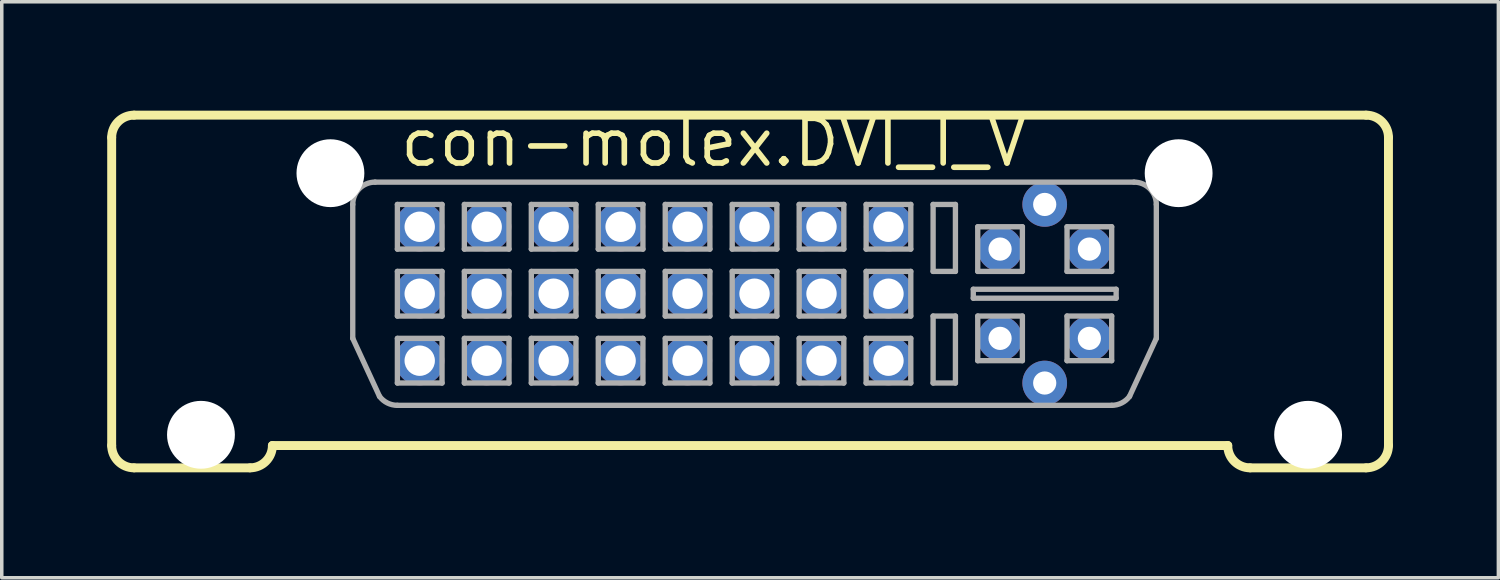
<source format=kicad_pcb>
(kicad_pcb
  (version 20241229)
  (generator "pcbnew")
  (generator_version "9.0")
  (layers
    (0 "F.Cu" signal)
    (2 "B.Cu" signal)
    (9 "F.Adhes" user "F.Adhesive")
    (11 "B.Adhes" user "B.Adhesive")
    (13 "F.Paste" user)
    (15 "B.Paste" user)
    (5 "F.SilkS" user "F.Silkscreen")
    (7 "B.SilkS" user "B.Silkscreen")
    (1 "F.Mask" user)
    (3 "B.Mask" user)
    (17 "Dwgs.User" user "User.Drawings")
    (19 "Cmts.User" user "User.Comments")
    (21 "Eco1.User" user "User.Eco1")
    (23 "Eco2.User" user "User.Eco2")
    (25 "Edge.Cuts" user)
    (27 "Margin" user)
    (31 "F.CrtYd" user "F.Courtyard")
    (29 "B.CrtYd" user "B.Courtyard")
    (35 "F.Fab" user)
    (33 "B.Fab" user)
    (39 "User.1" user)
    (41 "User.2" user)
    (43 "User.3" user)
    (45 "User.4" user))
  (footprint "con-molex.DVI_I_V"
    (layer "F.Cu")
    (at 18.415 4.671)
    (property "Reference" "con-molex.DVI_I_V" (at -10.16 -2.921 0) (layer "F.SilkS") (effects (font (size 1.27 1.27) (thickness 0.16)) (justify left bottom)))
    (attr through_hole)
    (fp_line (start -18.288 4.953) (end -18.288 -3.81) (stroke (width 0.254) (type default)) (layer "F.SilkS"))
    (fp_line (start -17.653 5.588) (end -14.351 5.588) (stroke (width 0.254) (type default)) (layer "F.SilkS"))
    (fp_line (start -13.716 4.953) (end 13.462 4.953) (stroke (width 0.254) (type default)) (layer "F.SilkS"))
    (fp_line (start 14.097 5.588) (end 17.399 5.588) (stroke (width 0.254) (type default)) (layer "F.SilkS"))
    (fp_line (start 17.399 -4.445) (end -17.653 -4.445) (stroke (width 0.254) (type default)) (layer "F.SilkS"))
    (fp_line (start 18.034 4.953) (end 18.034 -3.81) (stroke (width 0.254) (type default)) (layer "F.SilkS"))
    (fp_arc (start -18.288 -3.81) (mid -18.102013 -4.259013) (end -17.653 -4.445) (stroke (width 0.254) (type default)) (layer "F.SilkS"))
    (fp_arc (start -17.653 5.588) (mid -18.102013 5.402013) (end -18.288 4.953) (stroke (width 0.254) (type default)) (layer "F.SilkS"))
    (fp_arc (start -13.716 4.953) (mid -13.901987 5.402013) (end -14.351 5.588) (stroke (width 0.254) (type default)) (layer "F.SilkS"))
    (fp_arc (start 14.097 5.588) (mid 13.647987 5.402013) (end 13.462 4.953) (stroke (width 0.254) (type default)) (layer "F.SilkS"))
    (fp_arc (start 17.399 -4.445) (mid 17.848013 -4.259013) (end 18.034 -3.81) (stroke (width 0.254) (type default)) (layer "F.SilkS"))
    (fp_arc (start 18.034 4.953) (mid 17.848013 5.402013) (end 17.399 5.588) (stroke (width 0.254) (type default)) (layer "F.SilkS"))
    (fp_line (start -11.43 -1.905) (end -11.43 1.905) (stroke (width 0.152) (type default)) (layer "F.Fab"))
    (fp_line (start -11.43 1.905) (end -10.668 3.556) (stroke (width 0.152) (type default)) (layer "F.Fab"))
    (fp_line (start -10.795 -2.54) (end 10.795 -2.54) (stroke (width 0.152) (type default)) (layer "F.Fab"))
    (fp_line (start -10.16 -1.905) (end -10.16 -0.635) (stroke (width 0.152) (type default)) (layer "F.Fab"))
    (fp_line (start -10.16 -0.635) (end -8.89 -0.635) (stroke (width 0.152) (type default)) (layer "F.Fab"))
    (fp_line (start -10.16 0) (end -10.16 1.27) (stroke (width 0.152) (type default)) (layer "F.Fab"))
    (fp_line (start -10.16 1.27) (end -8.89 1.27) (stroke (width 0.152) (type default)) (layer "F.Fab"))
    (fp_line (start -10.16 1.905) (end -10.16 3.175) (stroke (width 0.152) (type default)) (layer "F.Fab"))
    (fp_line (start -10.16 3.175) (end -8.89 3.175) (stroke (width 0.152) (type default)) (layer "F.Fab"))
    (fp_line (start -10.16 3.81) (end 10.16 3.81) (stroke (width 0.152) (type default)) (layer "F.Fab"))
    (fp_line (start -8.89 -1.905) (end -10.16 -1.905) (stroke (width 0.152) (type default)) (layer "F.Fab"))
    (fp_line (start -8.89 -0.635) (end -8.89 -1.905) (stroke (width 0.152) (type default)) (layer "F.Fab"))
    (fp_line (start -8.89 0) (end -10.16 0) (stroke (width 0.152) (type default)) (layer "F.Fab"))
    (fp_line (start -8.89 1.27) (end -8.89 0) (stroke (width 0.152) (type default)) (layer "F.Fab"))
    (fp_line (start -8.89 1.905) (end -10.16 1.905) (stroke (width 0.152) (type default)) (layer "F.Fab"))
    (fp_line (start -8.89 3.175) (end -8.89 1.905) (stroke (width 0.152) (type default)) (layer "F.Fab"))
    (fp_line (start -8.255 -1.905) (end -8.255 -0.635) (stroke (width 0.152) (type default)) (layer "F.Fab"))
    (fp_line (start -8.255 -0.635) (end -6.985 -0.635) (stroke (width 0.152) (type default)) (layer "F.Fab"))
    (fp_line (start -8.255 0) (end -8.255 1.27) (stroke (width 0.152) (type default)) (layer "F.Fab"))
    (fp_line (start -8.255 1.27) (end -6.985 1.27) (stroke (width 0.152) (type default)) (layer "F.Fab"))
    (fp_line (start -8.255 1.905) (end -8.255 3.175) (stroke (width 0.152) (type default)) (layer "F.Fab"))
    (fp_line (start -8.255 3.175) (end -6.985 3.175) (stroke (width 0.152) (type default)) (layer "F.Fab"))
    (fp_line (start -6.985 -1.905) (end -8.255 -1.905) (stroke (width 0.152) (type default)) (layer "F.Fab"))
    (fp_line (start -6.985 -0.635) (end -6.985 -1.905) (stroke (width 0.152) (type default)) (layer "F.Fab"))
    (fp_line (start -6.985 0) (end -8.255 0) (stroke (width 0.152) (type default)) (layer "F.Fab"))
    (fp_line (start -6.985 1.27) (end -6.985 0) (stroke (width 0.152) (type default)) (layer "F.Fab"))
    (fp_line (start -6.985 1.905) (end -8.255 1.905) (stroke (width 0.152) (type default)) (layer "F.Fab"))
    (fp_line (start -6.985 3.175) (end -6.985 1.905) (stroke (width 0.152) (type default)) (layer "F.Fab"))
    (fp_line (start -6.35 -1.905) (end -6.35 -0.635) (stroke (width 0.152) (type default)) (layer "F.Fab"))
    (fp_line (start -6.35 -0.635) (end -5.08 -0.635) (stroke (width 0.152) (type default)) (layer "F.Fab"))
    (fp_line (start -6.35 0) (end -6.35 1.27) (stroke (width 0.152) (type default)) (layer "F.Fab"))
    (fp_line (start -6.35 1.27) (end -5.08 1.27) (stroke (width 0.152) (type default)) (layer "F.Fab"))
    (fp_line (start -6.35 1.905) (end -6.35 3.175) (stroke (width 0.152) (type default)) (layer "F.Fab"))
    (fp_line (start -6.35 3.175) (end -5.08 3.175) (stroke (width 0.152) (type default)) (layer "F.Fab"))
    (fp_line (start -5.08 -1.905) (end -6.35 -1.905) (stroke (width 0.152) (type default)) (layer "F.Fab"))
    (fp_line (start -5.08 -0.635) (end -5.08 -1.905) (stroke (width 0.152) (type default)) (layer "F.Fab"))
    (fp_line (start -5.08 0) (end -6.35 0) (stroke (width 0.152) (type default)) (layer "F.Fab"))
    (fp_line (start -5.08 1.27) (end -5.08 0) (stroke (width 0.152) (type default)) (layer "F.Fab"))
    (fp_line (start -5.08 1.905) (end -6.35 1.905) (stroke (width 0.152) (type default)) (layer "F.Fab"))
    (fp_line (start -5.08 3.175) (end -5.08 1.905) (stroke (width 0.152) (type default)) (layer "F.Fab"))
    (fp_line (start -4.445 -1.905) (end -4.445 -0.635) (stroke (width 0.152) (type default)) (layer "F.Fab"))
    (fp_line (start -4.445 -0.635) (end -3.175 -0.635) (stroke (width 0.152) (type default)) (layer "F.Fab"))
    (fp_line (start -4.445 0) (end -4.445 1.27) (stroke (width 0.152) (type default)) (layer "F.Fab"))
    (fp_line (start -4.445 1.27) (end -3.175 1.27) (stroke (width 0.152) (type default)) (layer "F.Fab"))
    (fp_line (start -4.445 1.905) (end -4.445 3.175) (stroke (width 0.152) (type default)) (layer "F.Fab"))
    (fp_line (start -4.445 3.175) (end -3.175 3.175) (stroke (width 0.152) (type default)) (layer "F.Fab"))
    (fp_line (start -3.175 -1.905) (end -4.445 -1.905) (stroke (width 0.152) (type default)) (layer "F.Fab"))
    (fp_line (start -3.175 -0.635) (end -3.175 -1.905) (stroke (width 0.152) (type default)) (layer "F.Fab"))
    (fp_line (start -3.175 0) (end -4.445 0) (stroke (width 0.152) (type default)) (layer "F.Fab"))
    (fp_line (start -3.175 1.27) (end -3.175 0) (stroke (width 0.152) (type default)) (layer "F.Fab"))
    (fp_line (start -3.175 1.905) (end -4.445 1.905) (stroke (width 0.152) (type default)) (layer "F.Fab"))
    (fp_line (start -3.175 3.175) (end -3.175 1.905) (stroke (width 0.152) (type default)) (layer "F.Fab"))
    (fp_line (start -2.54 -1.905) (end -2.54 -0.635) (stroke (width 0.152) (type default)) (layer "F.Fab"))
    (fp_line (start -2.54 -0.635) (end -1.27 -0.635) (stroke (width 0.152) (type default)) (layer "F.Fab"))
    (fp_line (start -2.54 0) (end -2.54 1.27) (stroke (width 0.152) (type default)) (layer "F.Fab"))
    (fp_line (start -2.54 1.27) (end -1.27 1.27) (stroke (width 0.152) (type default)) (layer "F.Fab"))
    (fp_line (start -2.54 1.905) (end -2.54 3.175) (stroke (width 0.152) (type default)) (layer "F.Fab"))
    (fp_line (start -2.54 3.175) (end -1.27 3.175) (stroke (width 0.152) (type default)) (layer "F.Fab"))
    (fp_line (start -1.27 -1.905) (end -2.54 -1.905) (stroke (width 0.152) (type default)) (layer "F.Fab"))
    (fp_line (start -1.27 -0.635) (end -1.27 -1.905) (stroke (width 0.152) (type default)) (layer "F.Fab"))
    (fp_line (start -1.27 0) (end -2.54 0) (stroke (width 0.152) (type default)) (layer "F.Fab"))
    (fp_line (start -1.27 1.27) (end -1.27 0) (stroke (width 0.152) (type default)) (layer "F.Fab"))
    (fp_line (start -1.27 1.905) (end -2.54 1.905) (stroke (width 0.152) (type default)) (layer "F.Fab"))
    (fp_line (start -1.27 3.175) (end -1.27 1.905) (stroke (width 0.152) (type default)) (layer "F.Fab"))
    (fp_line (start -0.635 -1.905) (end -0.635 -0.635) (stroke (width 0.152) (type default)) (layer "F.Fab"))
    (fp_line (start -0.635 -0.635) (end 0.635 -0.635) (stroke (width 0.152) (type default)) (layer "F.Fab"))
    (fp_line (start -0.635 0) (end -0.635 1.27) (stroke (width 0.152) (type default)) (layer "F.Fab"))
    (fp_line (start -0.635 1.27) (end 0.635 1.27) (stroke (width 0.152) (type default)) (layer "F.Fab"))
    (fp_line (start -0.635 1.905) (end -0.635 3.175) (stroke (width 0.152) (type default)) (layer "F.Fab"))
    (fp_line (start -0.635 3.175) (end 0.635 3.175) (stroke (width 0.152) (type default)) (layer "F.Fab"))
    (fp_line (start 0.635 -1.905) (end -0.635 -1.905) (stroke (width 0.152) (type default)) (layer "F.Fab"))
    (fp_line (start 0.635 -0.635) (end 0.635 -1.905) (stroke (width 0.152) (type default)) (layer "F.Fab"))
    (fp_line (start 0.635 0) (end -0.635 0) (stroke (width 0.152) (type default)) (layer "F.Fab"))
    (fp_line (start 0.635 1.27) (end 0.635 0) (stroke (width 0.152) (type default)) (layer "F.Fab"))
    (fp_line (start 0.635 1.905) (end -0.635 1.905) (stroke (width 0.152) (type default)) (layer "F.Fab"))
    (fp_line (start 0.635 3.175) (end 0.635 1.905) (stroke (width 0.152) (type default)) (layer "F.Fab"))
    (fp_line (start 1.27 -1.905) (end 1.27 -0.635) (stroke (width 0.152) (type default)) (layer "F.Fab"))
    (fp_line (start 1.27 -0.635) (end 2.54 -0.635) (stroke (width 0.152) (type default)) (layer "F.Fab"))
    (fp_line (start 1.27 0) (end 1.27 1.27) (stroke (width 0.152) (type default)) (layer "F.Fab"))
    (fp_line (start 1.27 1.27) (end 2.54 1.27) (stroke (width 0.152) (type default)) (layer "F.Fab"))
    (fp_line (start 1.27 1.905) (end 1.27 3.175) (stroke (width 0.152) (type default)) (layer "F.Fab"))
    (fp_line (start 1.27 3.175) (end 2.54 3.175) (stroke (width 0.152) (type default)) (layer "F.Fab"))
    (fp_line (start 2.54 -1.905) (end 1.27 -1.905) (stroke (width 0.152) (type default)) (layer "F.Fab"))
    (fp_line (start 2.54 -0.635) (end 2.54 -1.905) (stroke (width 0.152) (type default)) (layer "F.Fab"))
    (fp_line (start 2.54 0) (end 1.27 0) (stroke (width 0.152) (type default)) (layer "F.Fab"))
    (fp_line (start 2.54 1.27) (end 2.54 0) (stroke (width 0.152) (type default)) (layer "F.Fab"))
    (fp_line (start 2.54 1.905) (end 1.27 1.905) (stroke (width 0.152) (type default)) (layer "F.Fab"))
    (fp_line (start 2.54 3.175) (end 2.54 1.905) (stroke (width 0.152) (type default)) (layer "F.Fab"))
    (fp_line (start 3.175 -1.905) (end 3.175 -0.635) (stroke (width 0.152) (type default)) (layer "F.Fab"))
    (fp_line (start 3.175 -0.635) (end 4.445 -0.635) (stroke (width 0.152) (type default)) (layer "F.Fab"))
    (fp_line (start 3.175 0) (end 3.175 1.27) (stroke (width 0.152) (type default)) (layer "F.Fab"))
    (fp_line (start 3.175 1.27) (end 4.445 1.27) (stroke (width 0.152) (type default)) (layer "F.Fab"))
    (fp_line (start 3.175 1.905) (end 3.175 3.175) (stroke (width 0.152) (type default)) (layer "F.Fab"))
    (fp_line (start 3.175 3.175) (end 4.445 3.175) (stroke (width 0.152) (type default)) (layer "F.Fab"))
    (fp_line (start 4.445 -1.905) (end 3.175 -1.905) (stroke (width 0.152) (type default)) (layer "F.Fab"))
    (fp_line (start 4.445 -0.635) (end 4.445 -1.905) (stroke (width 0.152) (type default)) (layer "F.Fab"))
    (fp_line (start 4.445 0) (end 3.175 0) (stroke (width 0.152) (type default)) (layer "F.Fab"))
    (fp_line (start 4.445 1.27) (end 4.445 0) (stroke (width 0.152) (type default)) (layer "F.Fab"))
    (fp_line (start 4.445 1.905) (end 3.175 1.905) (stroke (width 0.152) (type default)) (layer "F.Fab"))
    (fp_line (start 4.445 3.175) (end 4.445 1.905) (stroke (width 0.152) (type default)) (layer "F.Fab"))
    (fp_line (start 5.08 -1.905) (end 5.715 -1.905) (stroke (width 0.152) (type default)) (layer "F.Fab"))
    (fp_line (start 5.08 0) (end 5.08 -1.905) (stroke (width 0.152) (type default)) (layer "F.Fab"))
    (fp_line (start 5.08 1.27) (end 5.715 1.27) (stroke (width 0.152) (type default)) (layer "F.Fab"))
    (fp_line (start 5.08 3.175) (end 5.08 1.27) (stroke (width 0.152) (type default)) (layer "F.Fab"))
    (fp_line (start 5.715 -1.905) (end 5.715 0) (stroke (width 0.152) (type default)) (layer "F.Fab"))
    (fp_line (start 5.715 0) (end 5.08 0) (stroke (width 0.152) (type default)) (layer "F.Fab"))
    (fp_line (start 5.715 1.27) (end 5.715 3.175) (stroke (width 0.152) (type default)) (layer "F.Fab"))
    (fp_line (start 5.715 3.175) (end 5.08 3.175) (stroke (width 0.152) (type default)) (layer "F.Fab"))
    (fp_line (start 6.223 0.508) (end 10.287 0.508) (stroke (width 0.152) (type default)) (layer "F.Fab"))
    (fp_line (start 6.223 0.762) (end 6.223 0.508) (stroke (width 0.152) (type default)) (layer "F.Fab"))
    (fp_line (start 6.35 -1.27) (end 6.35 0) (stroke (width 0.152) (type default)) (layer "F.Fab"))
    (fp_line (start 6.35 0) (end 7.62 0) (stroke (width 0.152) (type default)) (layer "F.Fab"))
    (fp_line (start 6.35 1.27) (end 6.35 2.54) (stroke (width 0.152) (type default)) (layer "F.Fab"))
    (fp_line (start 6.35 2.54) (end 7.62 2.54) (stroke (width 0.152) (type default)) (layer "F.Fab"))
    (fp_line (start 7.62 -1.27) (end 6.35 -1.27) (stroke (width 0.152) (type default)) (layer "F.Fab"))
    (fp_line (start 7.62 0) (end 7.62 -1.27) (stroke (width 0.152) (type default)) (layer "F.Fab"))
    (fp_line (start 7.62 1.27) (end 6.35 1.27) (stroke (width 0.152) (type default)) (layer "F.Fab"))
    (fp_line (start 7.62 2.54) (end 7.62 1.27) (stroke (width 0.152) (type default)) (layer "F.Fab"))
    (fp_line (start 8.89 -1.27) (end 8.89 0) (stroke (width 0.152) (type default)) (layer "F.Fab"))
    (fp_line (start 8.89 0) (end 10.16 0) (stroke (width 0.152) (type default)) (layer "F.Fab"))
    (fp_line (start 8.89 1.27) (end 8.89 2.54) (stroke (width 0.152) (type default)) (layer "F.Fab"))
    (fp_line (start 8.89 2.54) (end 10.16 2.54) (stroke (width 0.152) (type default)) (layer "F.Fab"))
    (fp_line (start 10.16 -1.27) (end 8.89 -1.27) (stroke (width 0.152) (type default)) (layer "F.Fab"))
    (fp_line (start 10.16 0) (end 10.16 -1.27) (stroke (width 0.152) (type default)) (layer "F.Fab"))
    (fp_line (start 10.16 1.27) (end 8.89 1.27) (stroke (width 0.152) (type default)) (layer "F.Fab"))
    (fp_line (start 10.16 2.54) (end 10.16 1.27) (stroke (width 0.152) (type default)) (layer "F.Fab"))
    (fp_line (start 10.287 0.508) (end 10.287 0.762) (stroke (width 0.152) (type default)) (layer "F.Fab"))
    (fp_line (start 10.287 0.762) (end 6.223 0.762) (stroke (width 0.152) (type default)) (layer "F.Fab"))
    (fp_line (start 11.43 -1.905) (end 11.43 1.905) (stroke (width 0.152) (type default)) (layer "F.Fab"))
    (fp_line (start 11.43 1.905) (end 10.668 3.556) (stroke (width 0.152) (type default)) (layer "F.Fab"))
    (fp_arc (start -11.43 -1.905) (mid -11.244013 -2.354013) (end -10.795 -2.54) (stroke (width 0.1524) (type default)) (layer "F.Fab"))
    (fp_arc (start -10.16 3.81) (mid -10.443981 3.742961) (end -10.668 3.556) (stroke (width 0.1524) (type default)) (layer "F.Fab"))
    (fp_arc (start 10.668 3.556) (mid 10.443981 3.742961) (end 10.16 3.81) (stroke (width 0.1524) (type default)) (layer "F.Fab"))
    (fp_arc (start 10.795 -2.54) (mid 11.244013 -2.354013) (end 11.43 -1.905) (stroke (width 0.1524) (type default)) (layer "F.Fab"))
    (pad "" np_thru_hole circle (at -15.748 4.648) (size 1.93 1.93) (drill 1.93) (layers "*.Cu" "*.Mask"))
    (pad "" np_thru_hole circle (at -12.065 -2.794) (size 1.93 1.93) (drill 1.93) (layers "*.Cu" "*.Mask"))
    (pad "" np_thru_hole circle (at 12.065 -2.794) (size 1.93 1.93) (drill 1.93) (layers "*.Cu" "*.Mask"))
    (pad "" np_thru_hole circle (at 15.748 4.648) (size 1.93 1.93) (drill 1.93) (layers "*.Cu" "*.Mask"))
    (pad "1" thru_hole circle (at -9.525 -1.27) (size 1.397 1.397) (drill 0.864) (layers "*.Cu" "*.Mask"))
    (pad "2" thru_hole circle (at -7.62 -1.27) (size 1.397 1.397) (drill 0.864) (layers "*.Cu" "*.Mask"))
    (pad "3" thru_hole circle (at -5.715 -1.27) (size 1.397 1.397) (drill 0.864) (layers "*.Cu" "*.Mask"))
    (pad "4" thru_hole circle (at -3.81 -1.27) (size 1.397 1.397) (drill 0.864) (layers "*.Cu" "*.Mask"))
    (pad "5" thru_hole circle (at -1.905 -1.27) (size 1.397 1.397) (drill 0.864) (layers "*.Cu" "*.Mask"))
    (pad "6" thru_hole circle (at 0 -1.27) (size 1.397 1.397) (drill 0.864) (layers "*.Cu" "*.Mask"))
    (pad "7" thru_hole circle (at 1.905 -1.27) (size 1.397 1.397) (drill 0.864) (layers "*.Cu" "*.Mask"))
    (pad "8" thru_hole circle (at 3.81 -1.27) (size 1.397 1.397) (drill 0.864) (layers "*.Cu" "*.Mask"))
    (pad "9" thru_hole circle (at -9.525 0.635) (size 1.397 1.397) (drill 0.864) (layers "*.Cu" "*.Mask"))
    (pad "10" thru_hole circle (at -7.62 0.635) (size 1.397 1.397) (drill 0.864) (layers "*.Cu" "*.Mask"))
    (pad "11" thru_hole circle (at -5.715 0.635) (size 1.397 1.397) (drill 0.864) (layers "*.Cu" "*.Mask"))
    (pad "12" thru_hole circle (at -3.81 0.635) (size 1.397 1.397) (drill 0.864) (layers "*.Cu" "*.Mask"))
    (pad "13" thru_hole circle (at -1.905 0.635) (size 1.397 1.397) (drill 0.864) (layers "*.Cu" "*.Mask"))
    (pad "14" thru_hole circle (at 0 0.635) (size 1.397 1.397) (drill 0.864) (layers "*.Cu" "*.Mask"))
    (pad "15" thru_hole circle (at 1.905 0.635) (size 1.397 1.397) (drill 0.864) (layers "*.Cu" "*.Mask"))
    (pad "16" thru_hole circle (at 3.81 0.635) (size 1.397 1.397) (drill 0.864) (layers "*.Cu" "*.Mask"))
    (pad "17" thru_hole circle (at -9.525 2.54) (size 1.397 1.397) (drill 0.864) (layers "*.Cu" "*.Mask"))
    (pad "18" thru_hole circle (at -7.62 2.54) (size 1.397 1.397) (drill 0.864) (layers "*.Cu" "*.Mask"))
    (pad "19" thru_hole circle (at -5.715 2.54) (size 1.397 1.397) (drill 0.864) (layers "*.Cu" "*.Mask"))
    (pad "20" thru_hole circle (at -3.81 2.54) (size 1.397 1.397) (drill 0.864) (layers "*.Cu" "*.Mask"))
    (pad "21" thru_hole circle (at -1.905 2.54) (size 1.397 1.397) (drill 0.864) (layers "*.Cu" "*.Mask"))
    (pad "22" thru_hole circle (at 0 2.54) (size 1.397 1.397) (drill 0.864) (layers "*.Cu" "*.Mask"))
    (pad "23" thru_hole circle (at 1.905 2.54) (size 1.397 1.397) (drill 0.864) (layers "*.Cu" "*.Mask"))
    (pad "24" thru_hole circle (at 3.81 2.54) (size 1.397 1.397) (drill 0.864) (layers "*.Cu" "*.Mask"))
    (pad "C1" thru_hole circle (at 6.985 -0.635) (size 1.27 1.27) (drill 0.66) (layers "*.Cu" "*.Mask"))
    (pad "C2" thru_hole circle (at 9.525 -0.635) (size 1.27 1.27) (drill 0.66) (layers "*.Cu" "*.Mask"))
    (pad "C3" thru_hole circle (at 6.985 1.905) (size 1.27 1.27) (drill 0.66) (layers "*.Cu" "*.Mask"))
    (pad "C4" thru_hole circle (at 9.525 1.905) (size 1.27 1.27) (drill 0.66) (layers "*.Cu" "*.Mask"))
    (pad "C5" thru_hole circle (at 8.255 3.175) (size 1.27 1.27) (drill 0.66) (layers "*.Cu" "*.Mask"))
    (pad "C6" thru_hole circle (at 8.255 -1.905) (size 1.27 1.27) (drill 0.66) (layers "*.Cu" "*.Mask")))
  (gr_rect
    (start -3 -3)
    (end 39.576 13.386)
    (stroke (width 0.1) (type default))
    (fill no)
    (layer "Edge.Cuts")))
</source>
